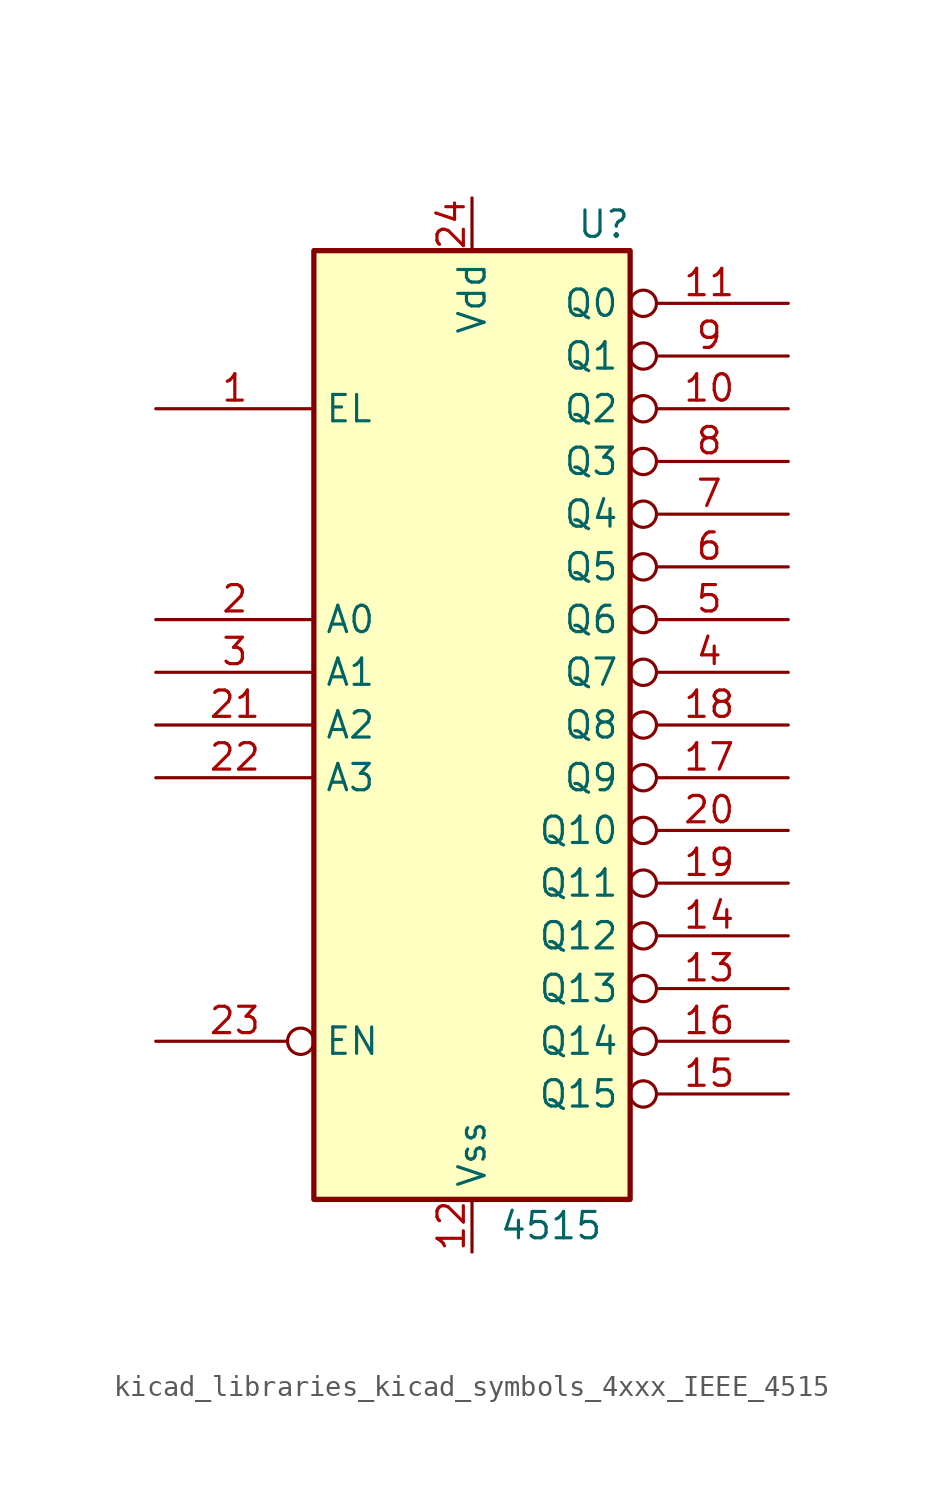
<source format=kicad_sym>
(kicad_symbol_lib
  (version 20220914)
  (generator kicad_symbol_editor)
  (symbol "kicad_libraries_kicad_symbols_4xxx_IEEE_4515"
    (property "Reference" "U"
      (at 6.35 24.13 0)
      (effects (font (size 1.27 1.27))))
    (property "Value" "4515"
      (at 3.81 -24.13 0)
      (effects (font (size 1.27 1.27))))
    (symbol "kicad_libraries_kicad_symbols_4xxx_IEEE_4515_0_1"
      (rectangle (start -7.62 22.86) (end 7.62 -22.86) (stroke (width 0.254) (type default)) (fill (type background))))
    (symbol "kicad_libraries_kicad_symbols_4xxx_IEEE_4515_1_1"
      (pin input line (at -15.24 15.24 0) (length 7.62) (name "EL" (effects (font (size 1.27 1.27)))) (number "1" (effects (font (size 1.27 1.27)))))
      (pin output inverted (at 15.24 15.24 180) (length 7.62) (name "Q2" (effects (font (size 1.27 1.27)))) (number "10" (effects (font (size 1.27 1.27)))))
      (pin output inverted (at 15.24 20.32 180) (length 7.62) (name "Q0" (effects (font (size 1.27 1.27)))) (number "11" (effects (font (size 1.27 1.27)))))
      (pin power_in line (at 0 -25.4 90) (length 2.54) (name "Vss" (effects (font (size 1.27 1.27)))) (number "12" (effects (font (size 1.27 1.27)))))
      (pin output inverted (at 15.24 -12.7 180) (length 7.62) (name "Q13" (effects (font (size 1.27 1.27)))) (number "13" (effects (font (size 1.27 1.27)))))
      (pin output inverted (at 15.24 -10.16 180) (length 7.62) (name "Q12" (effects (font (size 1.27 1.27)))) (number "14" (effects (font (size 1.27 1.27)))))
      (pin output inverted (at 15.24 -17.78 180) (length 7.62) (name "Q15" (effects (font (size 1.27 1.27)))) (number "15" (effects (font (size 1.27 1.27)))))
      (pin output inverted (at 15.24 -15.24 180) (length 7.62) (name "Q14" (effects (font (size 1.27 1.27)))) (number "16" (effects (font (size 1.27 1.27)))))
      (pin output inverted (at 15.24 -2.54 180) (length 7.62) (name "Q9" (effects (font (size 1.27 1.27)))) (number "17" (effects (font (size 1.27 1.27)))))
      (pin output inverted (at 15.24 0 180) (length 7.62) (name "Q8" (effects (font (size 1.27 1.27)))) (number "18" (effects (font (size 1.27 1.27)))))
      (pin output inverted (at 15.24 -7.62 180) (length 7.62) (name "Q11" (effects (font (size 1.27 1.27)))) (number "19" (effects (font (size 1.27 1.27)))))
      (pin input line (at -15.24 5.08 0) (length 7.62) (name "A0" (effects (font (size 1.27 1.27)))) (number "2" (effects (font (size 1.27 1.27)))))
      (pin output inverted (at 15.24 -5.08 180) (length 7.62) (name "Q10" (effects (font (size 1.27 1.27)))) (number "20" (effects (font (size 1.27 1.27)))))
      (pin input line (at -15.24 0 0) (length 7.62) (name "A2" (effects (font (size 1.27 1.27)))) (number "21" (effects (font (size 1.27 1.27)))))
      (pin input line (at -15.24 -2.54 0) (length 7.62) (name "A3" (effects (font (size 1.27 1.27)))) (number "22" (effects (font (size 1.27 1.27)))))
      (pin input inverted (at -15.24 -15.24 0) (length 7.62) (name "EN" (effects (font (size 1.27 1.27)))) (number "23" (effects (font (size 1.27 1.27)))))
      (pin power_in line (at 0 25.4 270) (length 2.54) (name "Vdd" (effects (font (size 1.27 1.27)))) (number "24" (effects (font (size 1.27 1.27)))))
      (pin input line (at -15.24 2.54 0) (length 7.62) (name "A1" (effects (font (size 1.27 1.27)))) (number "3" (effects (font (size 1.27 1.27)))))
      (pin output inverted (at 15.24 2.54 180) (length 7.62) (name "Q7" (effects (font (size 1.27 1.27)))) (number "4" (effects (font (size 1.27 1.27)))))
      (pin output inverted (at 15.24 5.08 180) (length 7.62) (name "Q6" (effects (font (size 1.27 1.27)))) (number "5" (effects (font (size 1.27 1.27)))))
      (pin output inverted (at 15.24 7.62 180) (length 7.62) (name "Q5" (effects (font (size 1.27 1.27)))) (number "6" (effects (font (size 1.27 1.27)))))
      (pin output inverted (at 15.24 10.16 180) (length 7.62) (name "Q4" (effects (font (size 1.27 1.27)))) (number "7" (effects (font (size 1.27 1.27)))))
      (pin output inverted (at 15.24 12.7 180) (length 7.62) (name "Q3" (effects (font (size 1.27 1.27)))) (number "8" (effects (font (size 1.27 1.27)))))
      (pin output inverted (at 15.24 17.78 180) (length 7.62) (name "Q1" (effects (font (size 1.27 1.27)))) (number "9" (effects (font (size 1.27 1.27))))))))
</source>
